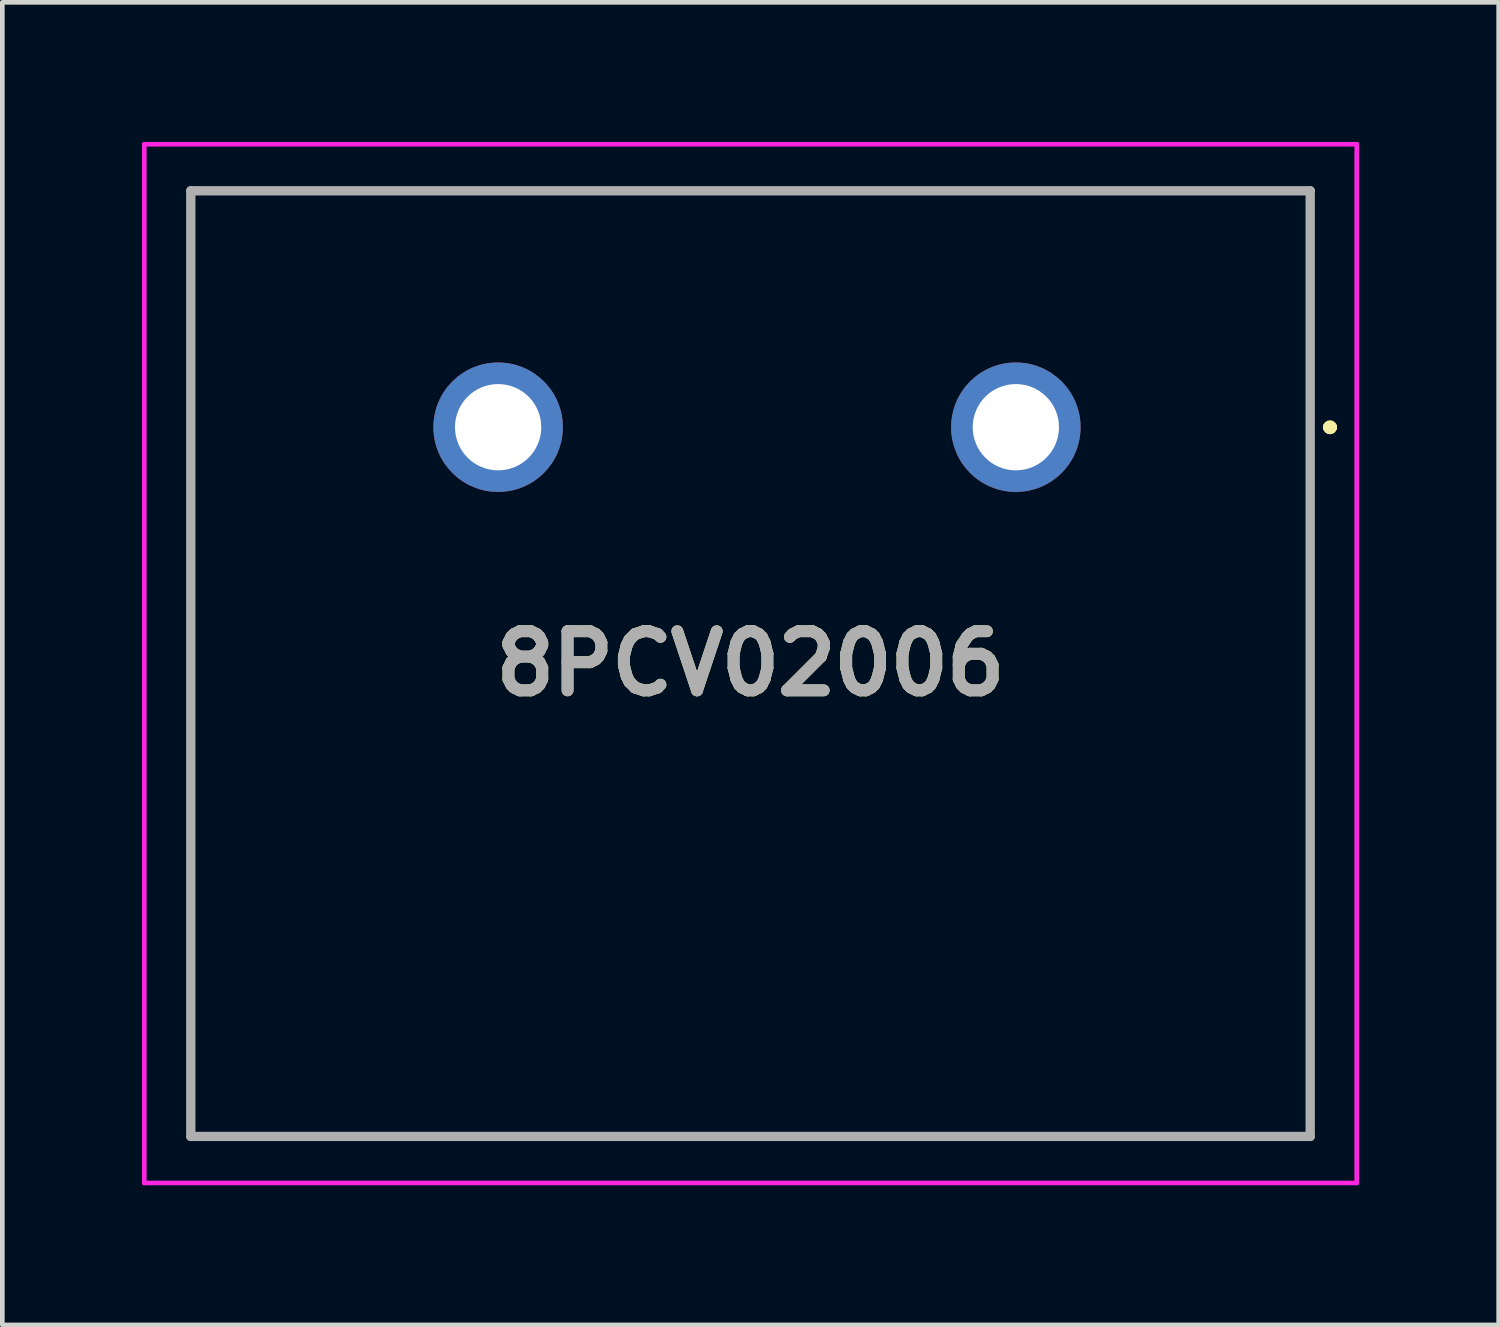
<source format=kicad_pcb>
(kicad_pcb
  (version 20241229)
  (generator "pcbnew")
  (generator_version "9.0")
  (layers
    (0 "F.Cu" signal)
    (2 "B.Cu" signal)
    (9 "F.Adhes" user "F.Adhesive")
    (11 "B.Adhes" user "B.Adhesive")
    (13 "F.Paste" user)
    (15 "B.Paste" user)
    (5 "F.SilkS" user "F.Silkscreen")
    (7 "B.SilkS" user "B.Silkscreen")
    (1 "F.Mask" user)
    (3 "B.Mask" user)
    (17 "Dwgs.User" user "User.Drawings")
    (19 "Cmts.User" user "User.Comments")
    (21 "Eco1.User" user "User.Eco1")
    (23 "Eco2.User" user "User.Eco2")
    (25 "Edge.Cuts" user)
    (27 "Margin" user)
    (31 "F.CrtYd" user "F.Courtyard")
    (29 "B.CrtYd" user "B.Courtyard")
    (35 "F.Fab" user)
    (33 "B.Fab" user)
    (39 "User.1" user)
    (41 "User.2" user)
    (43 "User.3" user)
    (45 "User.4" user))
  (footprint "8PCV02006"
    (layer "F.Cu")
    (at 18.779 6.13)
    (property "Reference" "8PCV02006" (at -5.702 5.08 0) (layer "F.SilkS") (effects (font (size 1.27 1.27) (thickness 0.254))))
    (attr through_hole)
    (fp_line (start -17.729 -5.08) (end 6.325 -5.08) (stroke (width 0.1) (type solid)) (layer "F.SilkS"))
    (fp_line (start -17.729 15.24) (end -17.729 -5.08) (stroke (width 0.1) (type solid)) (layer "F.SilkS"))
    (fp_line (start 6.325 -5.08) (end 6.325 15.24) (stroke (width 0.1) (type solid)) (layer "F.SilkS"))
    (fp_line (start 6.325 15.24) (end -17.729 15.24) (stroke (width 0.1) (type solid)) (layer "F.SilkS"))
    (fp_line (start 6.7 0) (end 6.7 0) (stroke (width 0.2) (type solid)) (layer "F.SilkS"))
    (fp_line (start 6.7 0) (end 6.7 0) (stroke (width 0.2) (type solid)) (layer "F.SilkS"))
    (fp_line (start 6.8 0) (end 6.8 0) (stroke (width 0.2) (type solid)) (layer "F.SilkS"))
    (fp_arc (start 6.7 0) (mid 6.75 -0.05) (end 6.8 0) (stroke (width 0.2) (type solid)) (layer "F.SilkS"))
    (fp_arc (start 6.8 0) (mid 6.75 0.05) (end 6.7 0) (stroke (width 0.2) (type solid)) (layer "F.SilkS"))
    (fp_arc (start 6.8 0) (mid 6.75 0.05) (end 6.7 0) (stroke (width 0.2) (type solid)) (layer "F.SilkS"))
    (fp_line (start -18.729 -6.08) (end 7.325 -6.08) (stroke (width 0.1) (type solid)) (layer "F.CrtYd"))
    (fp_line (start -18.729 16.24) (end -18.729 -6.08) (stroke (width 0.1) (type solid)) (layer "F.CrtYd"))
    (fp_line (start 7.325 -6.08) (end 7.325 16.24) (stroke (width 0.1) (type solid)) (layer "F.CrtYd"))
    (fp_line (start 7.325 16.24) (end -18.729 16.24) (stroke (width 0.1) (type solid)) (layer "F.CrtYd"))
    (fp_line (start -17.729 -5.08) (end -17.729 15.24) (stroke (width 0.2) (type solid)) (layer "F.Fab"))
    (fp_line (start -17.729 15.24) (end 6.325 15.24) (stroke (width 0.2) (type solid)) (layer "F.Fab"))
    (fp_line (start 6.325 -5.08) (end -17.729 -5.08) (stroke (width 0.2) (type solid)) (layer "F.Fab"))
    (fp_line (start 6.325 15.24) (end 6.325 -5.08) (stroke (width 0.2) (type solid)) (layer "F.Fab"))
    (fp_text user "${REFERENCE}" (at -5.702 5.08 0) (layer "F.Fab") (effects (font (size 1.27 1.27) (thickness 0.254))))
    (pad "1" thru_hole circle (at 0 0) (size 2.781 2.781) (drill 1.854) (layers "*.Cu" "*.Mask"))
    (pad "2" thru_hole circle (at -11.125 0) (size 2.781 2.781) (drill 1.854) (layers "*.Cu" "*.Mask")))
  (gr_rect
    (start -3 -3)
    (end 29.154 25.42)
    (stroke (width 0.1) (type default))
    (fill no)
    (layer "Edge.Cuts")))
</source>
